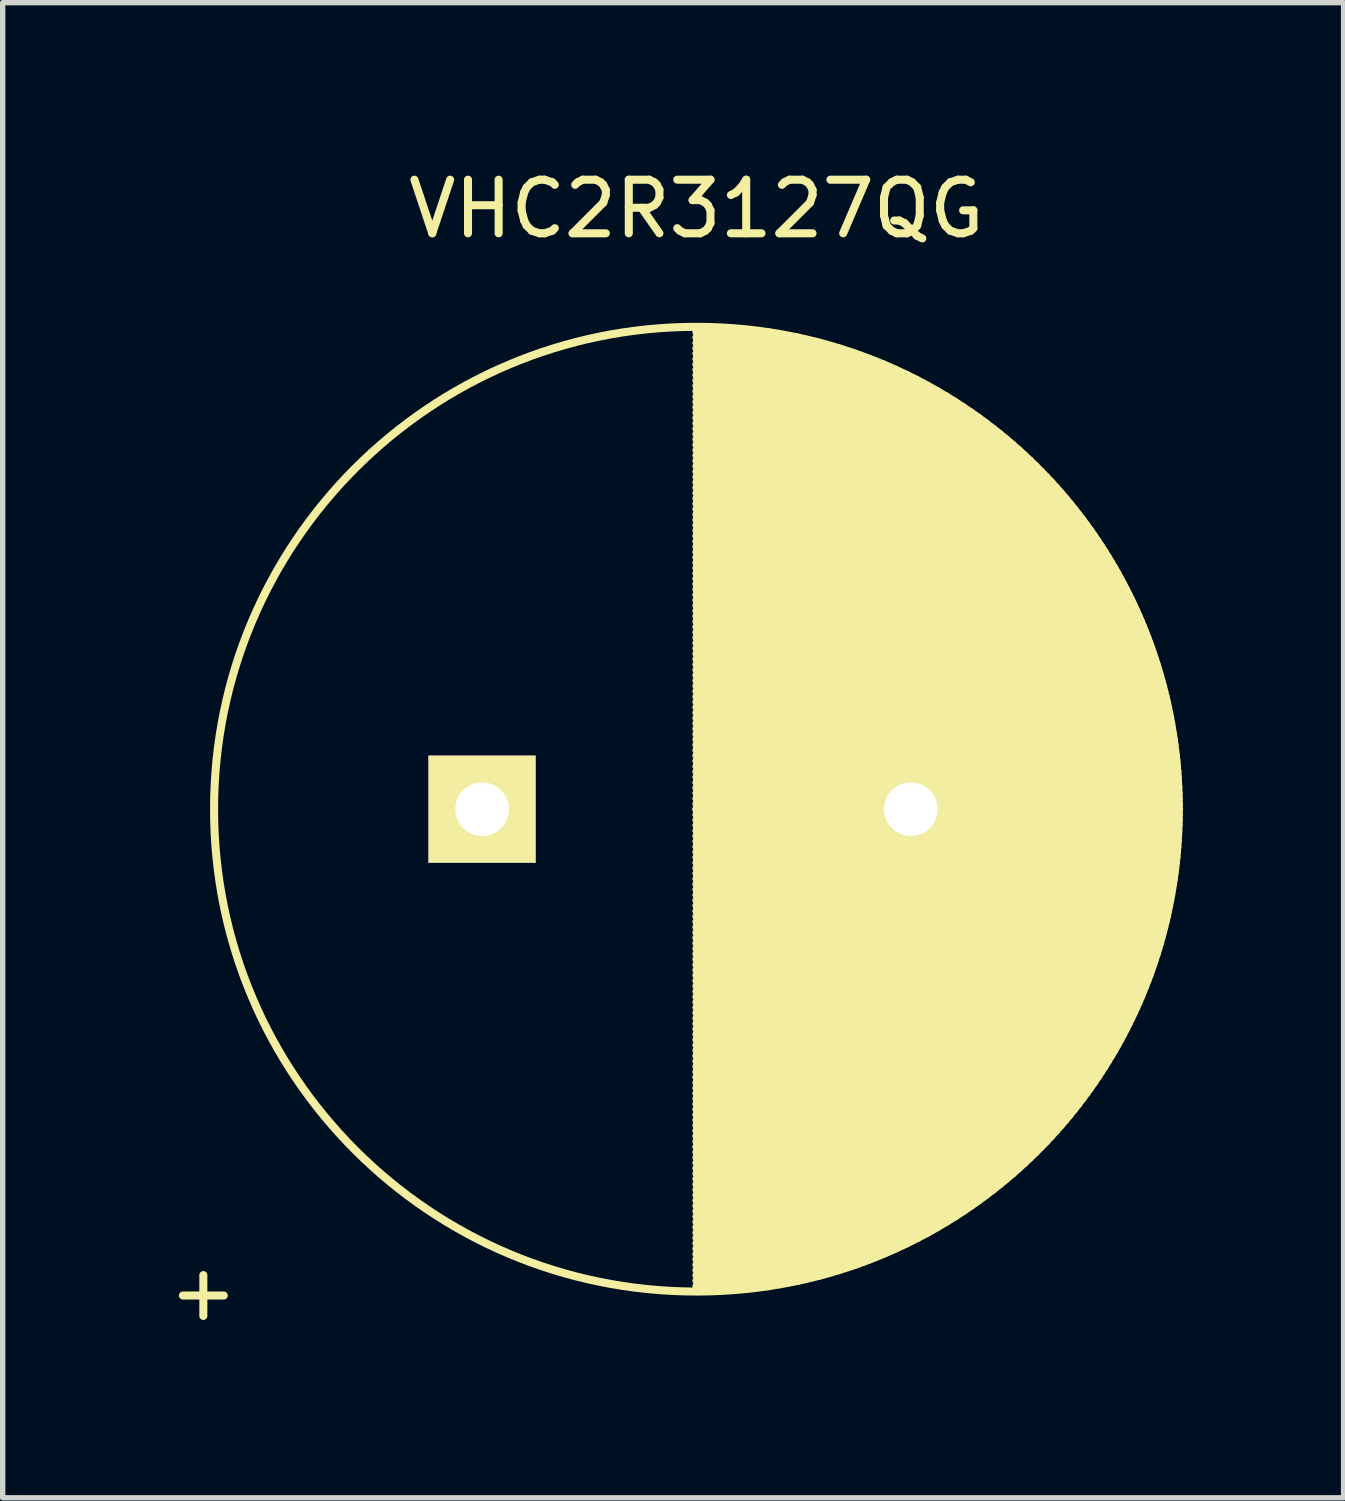
<source format=kicad_pcb>
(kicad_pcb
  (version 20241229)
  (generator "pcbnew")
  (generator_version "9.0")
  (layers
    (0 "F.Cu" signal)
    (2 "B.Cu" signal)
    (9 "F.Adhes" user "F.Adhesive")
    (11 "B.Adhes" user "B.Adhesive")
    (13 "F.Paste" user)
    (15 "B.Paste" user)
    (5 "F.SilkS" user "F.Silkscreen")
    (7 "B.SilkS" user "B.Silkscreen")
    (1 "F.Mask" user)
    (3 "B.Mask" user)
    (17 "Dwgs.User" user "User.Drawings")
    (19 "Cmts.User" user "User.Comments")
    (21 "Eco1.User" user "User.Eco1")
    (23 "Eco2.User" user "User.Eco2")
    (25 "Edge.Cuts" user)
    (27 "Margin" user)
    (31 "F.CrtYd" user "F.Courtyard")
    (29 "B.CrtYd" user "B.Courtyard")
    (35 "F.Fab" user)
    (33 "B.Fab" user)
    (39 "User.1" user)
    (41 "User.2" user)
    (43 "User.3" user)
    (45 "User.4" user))
  (footprint "VHC2R3127QG"
    (layer "F.Cu")
    (at 5.944 12.048)
    (property "Reference" "VHC2R3127QG" (at 4 -11.2 0) (layer "F.SilkS") (effects (font (size 1 1) (thickness 0.15))))
    (attr through_hole)
    (fp_line (start 4 -8.9) (end 5.338 -8.9) (stroke (width 0.15) (type solid)) (layer "F.SilkS"))
    (fp_line (start 4 -8.8) (end 5.887 -8.8) (stroke (width 0.15) (type solid)) (layer "F.SilkS"))
    (fp_line (start 4 -8.7) (end 6.304 -8.7) (stroke (width 0.15) (type solid)) (layer "F.SilkS"))
    (fp_line (start 4 -8.6) (end 6.653 -8.6) (stroke (width 0.15) (type solid)) (layer "F.SilkS"))
    (fp_line (start 4 -8.5) (end 6.958 -8.5) (stroke (width 0.15) (type solid)) (layer "F.SilkS"))
    (fp_line (start 4 -8.4) (end 7.231 -8.4) (stroke (width 0.15) (type solid)) (layer "F.SilkS"))
    (fp_line (start 4 -8.3) (end 7.48 -8.3) (stroke (width 0.15) (type solid)) (layer "F.SilkS"))
    (fp_line (start 4 -8.2) (end 7.709 -8.2) (stroke (width 0.15) (type solid)) (layer "F.SilkS"))
    (fp_line (start 4 -8.1) (end 7.923 -8.1) (stroke (width 0.15) (type solid)) (layer "F.SilkS"))
    (fp_line (start 4 -8) (end 8.123 -8) (stroke (width 0.15) (type solid)) (layer "F.SilkS"))
    (fp_line (start 4 -7.9) (end 8.312 -7.9) (stroke (width 0.15) (type solid)) (layer "F.SilkS"))
    (fp_line (start 4 -7.8) (end 8.49 -7.8) (stroke (width 0.15) (type solid)) (layer "F.SilkS"))
    (fp_line (start 4 -7.7) (end 8.659 -7.7) (stroke (width 0.15) (type solid)) (layer "F.SilkS"))
    (fp_line (start 4 -7.6) (end 8.821 -7.6) (stroke (width 0.15) (type solid)) (layer "F.SilkS"))
    (fp_line (start 4 -7.5) (end 8.975 -7.5) (stroke (width 0.15) (type solid)) (layer "F.SilkS"))
    (fp_line (start 4 -7.4) (end 9.122 -7.4) (stroke (width 0.15) (type solid)) (layer "F.SilkS"))
    (fp_line (start 4 -7.3) (end 9.264 -7.3) (stroke (width 0.15) (type solid)) (layer "F.SilkS"))
    (fp_line (start 4 -7.2) (end 9.4 -7.2) (stroke (width 0.15) (type solid)) (layer "F.SilkS"))
    (fp_line (start 4 -7.1) (end 9.531 -7.1) (stroke (width 0.15) (type solid)) (layer "F.SilkS"))
    (fp_line (start 4 -7) (end 9.657 -7) (stroke (width 0.15) (type solid)) (layer "F.SilkS"))
    (fp_line (start 4 -6.9) (end 9.778 -6.9) (stroke (width 0.15) (type solid)) (layer "F.SilkS"))
    (fp_line (start 4 -6.8) (end 9.896 -6.8) (stroke (width 0.15) (type solid)) (layer "F.SilkS"))
    (fp_line (start 4 -6.7) (end 10.009 -6.7) (stroke (width 0.15) (type solid)) (layer "F.SilkS"))
    (fp_line (start 4 -6.6) (end 10.119 -6.6) (stroke (width 0.15) (type solid)) (layer "F.SilkS"))
    (fp_line (start 4 -6.5) (end 10.225 -6.5) (stroke (width 0.15) (type solid)) (layer "F.SilkS"))
    (fp_line (start 4 -6.4) (end 10.328 -6.4) (stroke (width 0.15) (type solid)) (layer "F.SilkS"))
    (fp_line (start 4 -6.3) (end 10.427 -6.3) (stroke (width 0.15) (type solid)) (layer "F.SilkS"))
    (fp_line (start 4 -6.2) (end 10.524 -6.2) (stroke (width 0.15) (type solid)) (layer "F.SilkS"))
    (fp_line (start 4 -6.1) (end 10.617 -6.1) (stroke (width 0.15) (type solid)) (layer "F.SilkS"))
    (fp_line (start 4 -6) (end 10.708 -6) (stroke (width 0.15) (type solid)) (layer "F.SilkS"))
    (fp_line (start 4 -5.9) (end 10.796 -5.9) (stroke (width 0.15) (type solid)) (layer "F.SilkS"))
    (fp_line (start 4 -5.8) (end 10.882 -5.8) (stroke (width 0.15) (type solid)) (layer "F.SilkS"))
    (fp_line (start 4 -5.7) (end 10.965 -5.7) (stroke (width 0.15) (type solid)) (layer "F.SilkS"))
    (fp_line (start 4 -5.6) (end 11.046 -5.6) (stroke (width 0.15) (type solid)) (layer "F.SilkS"))
    (fp_line (start 4 -5.5) (end 11.124 -5.5) (stroke (width 0.15) (type solid)) (layer "F.SilkS"))
    (fp_line (start 4 -5.4) (end 11.2 -5.4) (stroke (width 0.15) (type solid)) (layer "F.SilkS"))
    (fp_line (start 4 -5.3) (end 11.274 -5.3) (stroke (width 0.15) (type solid)) (layer "F.SilkS"))
    (fp_line (start 4 -5.2) (end 11.346 -5.2) (stroke (width 0.15) (type solid)) (layer "F.SilkS"))
    (fp_line (start 4 -5.1) (end 11.416 -5.1) (stroke (width 0.15) (type solid)) (layer "F.SilkS"))
    (fp_line (start 4 -5) (end 11.483 -5) (stroke (width 0.15) (type solid)) (layer "F.SilkS"))
    (fp_line (start 4 -4.9) (end 11.549 -4.9) (stroke (width 0.15) (type solid)) (layer "F.SilkS"))
    (fp_line (start 4 -4.8) (end 11.613 -4.8) (stroke (width 0.15) (type solid)) (layer "F.SilkS"))
    (fp_line (start 4 -4.7) (end 11.675 -4.7) (stroke (width 0.15) (type solid)) (layer "F.SilkS"))
    (fp_line (start 4 -4.6) (end 11.736 -4.6) (stroke (width 0.15) (type solid)) (layer "F.SilkS"))
    (fp_line (start 4 -4.5) (end 11.794 -4.5) (stroke (width 0.15) (type solid)) (layer "F.SilkS"))
    (fp_line (start 4 -4.4) (end 11.851 -4.4) (stroke (width 0.15) (type solid)) (layer "F.SilkS"))
    (fp_line (start 4 -4.3) (end 11.906 -4.3) (stroke (width 0.15) (type solid)) (layer "F.SilkS"))
    (fp_line (start 4 -4.2) (end 11.96 -4.2) (stroke (width 0.15) (type solid)) (layer "F.SilkS"))
    (fp_line (start 4 -4.1) (end 12.012 -4.1) (stroke (width 0.15) (type solid)) (layer "F.SilkS"))
    (fp_line (start 4 -4) (end 12.062 -4) (stroke (width 0.15) (type solid)) (layer "F.SilkS"))
    (fp_line (start 4 -3.9) (end 12.111 -3.9) (stroke (width 0.15) (type solid)) (layer "F.SilkS"))
    (fp_line (start 4 -3.8) (end 12.158 -3.8) (stroke (width 0.15) (type solid)) (layer "F.SilkS"))
    (fp_line (start 4 -3.7) (end 12.204 -3.7) (stroke (width 0.15) (type solid)) (layer "F.SilkS"))
    (fp_line (start 4 -3.6) (end 12.249 -3.6) (stroke (width 0.15) (type solid)) (layer "F.SilkS"))
    (fp_line (start 4 -3.5) (end 12.292 -3.5) (stroke (width 0.15) (type solid)) (layer "F.SilkS"))
    (fp_line (start 4 -3.4) (end 12.333 -3.4) (stroke (width 0.15) (type solid)) (layer "F.SilkS"))
    (fp_line (start 4 -3.3) (end 12.373 -3.3) (stroke (width 0.15) (type solid)) (layer "F.SilkS"))
    (fp_line (start 4 -3.2) (end 12.412 -3.2) (stroke (width 0.15) (type solid)) (layer "F.SilkS"))
    (fp_line (start 4 -3.1) (end 12.449 -3.1) (stroke (width 0.15) (type solid)) (layer "F.SilkS"))
    (fp_line (start 4 -3) (end 12.485 -3) (stroke (width 0.15) (type solid)) (layer "F.SilkS"))
    (fp_line (start 4 -2.9) (end 12.52 -2.9) (stroke (width 0.15) (type solid)) (layer "F.SilkS"))
    (fp_line (start 4 -2.8) (end 12.553 -2.8) (stroke (width 0.15) (type solid)) (layer "F.SilkS"))
    (fp_line (start 4 -2.7) (end 12.585 -2.7) (stroke (width 0.15) (type solid)) (layer "F.SilkS"))
    (fp_line (start 4 -2.6) (end 12.616 -2.6) (stroke (width 0.15) (type solid)) (layer "F.SilkS"))
    (fp_line (start 4 -2.5) (end 12.646 -2.5) (stroke (width 0.15) (type solid)) (layer "F.SilkS"))
    (fp_line (start 4 -2.4) (end 12.674 -2.4) (stroke (width 0.15) (type solid)) (layer "F.SilkS"))
    (fp_line (start 4 -2.3) (end 12.701 -2.3) (stroke (width 0.15) (type solid)) (layer "F.SilkS"))
    (fp_line (start 4 -2.2) (end 12.727 -2.2) (stroke (width 0.15) (type solid)) (layer "F.SilkS"))
    (fp_line (start 4 -2.1) (end 12.752 -2.1) (stroke (width 0.15) (type solid)) (layer "F.SilkS"))
    (fp_line (start 4 -2) (end 12.775 -2) (stroke (width 0.15) (type solid)) (layer "F.SilkS"))
    (fp_line (start 4 -1.9) (end 12.797 -1.9) (stroke (width 0.15) (type solid)) (layer "F.SilkS"))
    (fp_line (start 4 -1.8) (end 12.818 -1.8) (stroke (width 0.15) (type solid)) (layer "F.SilkS"))
    (fp_line (start 4 -1.7) (end 12.838 -1.7) (stroke (width 0.15) (type solid)) (layer "F.SilkS"))
    (fp_line (start 4 -1.6) (end 12.857 -1.6) (stroke (width 0.15) (type solid)) (layer "F.SilkS"))
    (fp_line (start 4 -1.5) (end 12.874 -1.5) (stroke (width 0.15) (type solid)) (layer "F.SilkS"))
    (fp_line (start 4 -1.4) (end 12.89 -1.4) (stroke (width 0.15) (type solid)) (layer "F.SilkS"))
    (fp_line (start 4 -1.3) (end 12.906 -1.3) (stroke (width 0.15) (type solid)) (layer "F.SilkS"))
    (fp_line (start 4 -1.2) (end 12.92 -1.2) (stroke (width 0.15) (type solid)) (layer "F.SilkS"))
    (fp_line (start 4 -1.1) (end 12.933 -1.1) (stroke (width 0.15) (type solid)) (layer "F.SilkS"))
    (fp_line (start 4 -1) (end 12.944 -1) (stroke (width 0.15) (type solid)) (layer "F.SilkS"))
    (fp_line (start 4 -0.9) (end 12.955 -0.9) (stroke (width 0.15) (type solid)) (layer "F.SilkS"))
    (fp_line (start 4 -0.8) (end 12.964 -0.8) (stroke (width 0.15) (type solid)) (layer "F.SilkS"))
    (fp_line (start 4 -0.7) (end 12.973 -0.7) (stroke (width 0.15) (type solid)) (layer "F.SilkS"))
    (fp_line (start 4 -0.6) (end 12.98 -0.6) (stroke (width 0.15) (type solid)) (layer "F.SilkS"))
    (fp_line (start 4 -0.5) (end 12.986 -0.5) (stroke (width 0.15) (type solid)) (layer "F.SilkS"))
    (fp_line (start 4 -0.4) (end 12.991 -0.4) (stroke (width 0.15) (type solid)) (layer "F.SilkS"))
    (fp_line (start 4 -0.3) (end 12.995 -0.3) (stroke (width 0.15) (type solid)) (layer "F.SilkS"))
    (fp_line (start 4 -0.2) (end 12.998 -0.2) (stroke (width 0.15) (type solid)) (layer "F.SilkS"))
    (fp_line (start 4 -0.1) (end 12.999 -0.1) (stroke (width 0.15) (type solid)) (layer "F.SilkS"))
    (fp_line (start 4 0) (end 13 0) (stroke (width 0.15) (type solid)) (layer "F.SilkS"))
    (fp_line (start 4 0) (end 13 0) (stroke (width 0.15) (type solid)) (layer "F.SilkS"))
    (fp_line (start 4 0.1) (end 12.999 0.1) (stroke (width 0.15) (type solid)) (layer "F.SilkS"))
    (fp_line (start 4 0.2) (end 12.998 0.2) (stroke (width 0.15) (type solid)) (layer "F.SilkS"))
    (fp_line (start 4 0.3) (end 12.995 0.3) (stroke (width 0.15) (type solid)) (layer "F.SilkS"))
    (fp_line (start 4 0.4) (end 12.991 0.4) (stroke (width 0.15) (type solid)) (layer "F.SilkS"))
    (fp_line (start 4 0.5) (end 12.986 0.5) (stroke (width 0.15) (type solid)) (layer "F.SilkS"))
    (fp_line (start 4 0.6) (end 12.98 0.6) (stroke (width 0.15) (type solid)) (layer "F.SilkS"))
    (fp_line (start 4 0.7) (end 12.973 0.7) (stroke (width 0.15) (type solid)) (layer "F.SilkS"))
    (fp_line (start 4 0.8) (end 12.964 0.8) (stroke (width 0.15) (type solid)) (layer "F.SilkS"))
    (fp_line (start 4 0.9) (end 12.955 0.9) (stroke (width 0.15) (type solid)) (layer "F.SilkS"))
    (fp_line (start 4 1) (end 12.944 1) (stroke (width 0.15) (type solid)) (layer "F.SilkS"))
    (fp_line (start 4 1.1) (end 12.933 1.1) (stroke (width 0.15) (type solid)) (layer "F.SilkS"))
    (fp_line (start 4 1.2) (end 12.92 1.2) (stroke (width 0.15) (type solid)) (layer "F.SilkS"))
    (fp_line (start 4 1.3) (end 12.906 1.3) (stroke (width 0.15) (type solid)) (layer "F.SilkS"))
    (fp_line (start 4 1.4) (end 12.89 1.4) (stroke (width 0.15) (type solid)) (layer "F.SilkS"))
    (fp_line (start 4 1.5) (end 12.874 1.5) (stroke (width 0.15) (type solid)) (layer "F.SilkS"))
    (fp_line (start 4 1.6) (end 12.857 1.6) (stroke (width 0.15) (type solid)) (layer "F.SilkS"))
    (fp_line (start 4 1.7) (end 12.838 1.7) (stroke (width 0.15) (type solid)) (layer "F.SilkS"))
    (fp_line (start 4 1.8) (end 12.818 1.8) (stroke (width 0.15) (type solid)) (layer "F.SilkS"))
    (fp_line (start 4 1.9) (end 12.797 1.9) (stroke (width 0.15) (type solid)) (layer "F.SilkS"))
    (fp_line (start 4 2) (end 12.775 2) (stroke (width 0.15) (type solid)) (layer "F.SilkS"))
    (fp_line (start 4 2.1) (end 12.752 2.1) (stroke (width 0.15) (type solid)) (layer "F.SilkS"))
    (fp_line (start 4 2.2) (end 12.727 2.2) (stroke (width 0.15) (type solid)) (layer "F.SilkS"))
    (fp_line (start 4 2.3) (end 12.701 2.3) (stroke (width 0.15) (type solid)) (layer "F.SilkS"))
    (fp_line (start 4 2.4) (end 12.674 2.4) (stroke (width 0.15) (type solid)) (layer "F.SilkS"))
    (fp_line (start 4 2.5) (end 12.646 2.5) (stroke (width 0.15) (type solid)) (layer "F.SilkS"))
    (fp_line (start 4 2.6) (end 12.616 2.6) (stroke (width 0.15) (type solid)) (layer "F.SilkS"))
    (fp_line (start 4 2.7) (end 12.585 2.7) (stroke (width 0.15) (type solid)) (layer "F.SilkS"))
    (fp_line (start 4 2.8) (end 12.553 2.8) (stroke (width 0.15) (type solid)) (layer "F.SilkS"))
    (fp_line (start 4 2.9) (end 12.52 2.9) (stroke (width 0.15) (type solid)) (layer "F.SilkS"))
    (fp_line (start 4 3) (end 12.485 3) (stroke (width 0.15) (type solid)) (layer "F.SilkS"))
    (fp_line (start 4 3.1) (end 12.449 3.1) (stroke (width 0.15) (type solid)) (layer "F.SilkS"))
    (fp_line (start 4 3.2) (end 12.412 3.2) (stroke (width 0.15) (type solid)) (layer "F.SilkS"))
    (fp_line (start 4 3.3) (end 12.373 3.3) (stroke (width 0.15) (type solid)) (layer "F.SilkS"))
    (fp_line (start 4 3.4) (end 12.333 3.4) (stroke (width 0.15) (type solid)) (layer "F.SilkS"))
    (fp_line (start 4 3.5) (end 12.292 3.5) (stroke (width 0.15) (type solid)) (layer "F.SilkS"))
    (fp_line (start 4 3.6) (end 12.249 3.6) (stroke (width 0.15) (type solid)) (layer "F.SilkS"))
    (fp_line (start 4 3.7) (end 12.204 3.7) (stroke (width 0.15) (type solid)) (layer "F.SilkS"))
    (fp_line (start 4 3.8) (end 12.158 3.8) (stroke (width 0.15) (type solid)) (layer "F.SilkS"))
    (fp_line (start 4 3.9) (end 12.111 3.9) (stroke (width 0.15) (type solid)) (layer "F.SilkS"))
    (fp_line (start 4 4) (end 12.062 4) (stroke (width 0.15) (type solid)) (layer "F.SilkS"))
    (fp_line (start 4 4.1) (end 12.012 4.1) (stroke (width 0.15) (type solid)) (layer "F.SilkS"))
    (fp_line (start 4 4.2) (end 11.96 4.2) (stroke (width 0.15) (type solid)) (layer "F.SilkS"))
    (fp_line (start 4 4.3) (end 11.906 4.3) (stroke (width 0.15) (type solid)) (layer "F.SilkS"))
    (fp_line (start 4 4.4) (end 11.851 4.4) (stroke (width 0.15) (type solid)) (layer "F.SilkS"))
    (fp_line (start 4 4.5) (end 11.794 4.5) (stroke (width 0.15) (type solid)) (layer "F.SilkS"))
    (fp_line (start 4 4.6) (end 11.736 4.6) (stroke (width 0.15) (type solid)) (layer "F.SilkS"))
    (fp_line (start 4 4.7) (end 11.675 4.7) (stroke (width 0.15) (type solid)) (layer "F.SilkS"))
    (fp_line (start 4 4.8) (end 11.613 4.8) (stroke (width 0.15) (type solid)) (layer "F.SilkS"))
    (fp_line (start 4 4.9) (end 11.549 4.9) (stroke (width 0.15) (type solid)) (layer "F.SilkS"))
    (fp_line (start 4 5) (end 11.483 5) (stroke (width 0.15) (type solid)) (layer "F.SilkS"))
    (fp_line (start 4 5.1) (end 11.416 5.1) (stroke (width 0.15) (type solid)) (layer "F.SilkS"))
    (fp_line (start 4 5.2) (end 11.346 5.2) (stroke (width 0.15) (type solid)) (layer "F.SilkS"))
    (fp_line (start 4 5.3) (end 11.274 5.3) (stroke (width 0.15) (type solid)) (layer "F.SilkS"))
    (fp_line (start 4 5.4) (end 11.2 5.4) (stroke (width 0.15) (type solid)) (layer "F.SilkS"))
    (fp_line (start 4 5.5) (end 11.124 5.5) (stroke (width 0.15) (type solid)) (layer "F.SilkS"))
    (fp_line (start 4 5.6) (end 11.046 5.6) (stroke (width 0.15) (type solid)) (layer "F.SilkS"))
    (fp_line (start 4 5.7) (end 10.965 5.7) (stroke (width 0.15) (type solid)) (layer "F.SilkS"))
    (fp_line (start 4 5.8) (end 10.882 5.8) (stroke (width 0.15) (type solid)) (layer "F.SilkS"))
    (fp_line (start 4 5.9) (end 10.796 5.9) (stroke (width 0.15) (type solid)) (layer "F.SilkS"))
    (fp_line (start 4 6) (end 10.708 6) (stroke (width 0.15) (type solid)) (layer "F.SilkS"))
    (fp_line (start 4 6.1) (end 10.617 6.1) (stroke (width 0.15) (type solid)) (layer "F.SilkS"))
    (fp_line (start 4 6.2) (end 10.524 6.2) (stroke (width 0.15) (type solid)) (layer "F.SilkS"))
    (fp_line (start 4 6.3) (end 10.427 6.3) (stroke (width 0.15) (type solid)) (layer "F.SilkS"))
    (fp_line (start 4 6.4) (end 10.328 6.4) (stroke (width 0.15) (type solid)) (layer "F.SilkS"))
    (fp_line (start 4 6.5) (end 10.225 6.5) (stroke (width 0.15) (type solid)) (layer "F.SilkS"))
    (fp_line (start 4 6.6) (end 10.119 6.6) (stroke (width 0.15) (type solid)) (layer "F.SilkS"))
    (fp_line (start 4 6.7) (end 10.009 6.7) (stroke (width 0.15) (type solid)) (layer "F.SilkS"))
    (fp_line (start 4 6.8) (end 9.896 6.8) (stroke (width 0.15) (type solid)) (layer "F.SilkS"))
    (fp_line (start 4 6.9) (end 9.778 6.9) (stroke (width 0.15) (type solid)) (layer "F.SilkS"))
    (fp_line (start 4 7) (end 9.657 7) (stroke (width 0.15) (type solid)) (layer "F.SilkS"))
    (fp_line (start 4 7.1) (end 9.531 7.1) (stroke (width 0.15) (type solid)) (layer "F.SilkS"))
    (fp_line (start 4 7.2) (end 9.4 7.2) (stroke (width 0.15) (type solid)) (layer "F.SilkS"))
    (fp_line (start 4 7.3) (end 9.264 7.3) (stroke (width 0.15) (type solid)) (layer "F.SilkS"))
    (fp_line (start 4 7.4) (end 9.122 7.4) (stroke (width 0.15) (type solid)) (layer "F.SilkS"))
    (fp_line (start 4 7.5) (end 8.975 7.5) (stroke (width 0.15) (type solid)) (layer "F.SilkS"))
    (fp_line (start 4 7.6) (end 8.821 7.6) (stroke (width 0.15) (type solid)) (layer "F.SilkS"))
    (fp_line (start 4 7.7) (end 8.659 7.7) (stroke (width 0.15) (type solid)) (layer "F.SilkS"))
    (fp_line (start 4 7.8) (end 8.49 7.8) (stroke (width 0.15) (type solid)) (layer "F.SilkS"))
    (fp_line (start 4 7.9) (end 8.312 7.9) (stroke (width 0.15) (type solid)) (layer "F.SilkS"))
    (fp_line (start 4 8) (end 8.123 8) (stroke (width 0.15) (type solid)) (layer "F.SilkS"))
    (fp_line (start 4 8.1) (end 7.923 8.1) (stroke (width 0.15) (type solid)) (layer "F.SilkS"))
    (fp_line (start 4 8.2) (end 7.709 8.2) (stroke (width 0.15) (type solid)) (layer "F.SilkS"))
    (fp_line (start 4 8.3) (end 7.48 8.3) (stroke (width 0.15) (type solid)) (layer "F.SilkS"))
    (fp_line (start 4 8.4) (end 7.231 8.4) (stroke (width 0.15) (type solid)) (layer "F.SilkS"))
    (fp_line (start 4 8.5) (end 6.958 8.5) (stroke (width 0.15) (type solid)) (layer "F.SilkS"))
    (fp_line (start 4 8.6) (end 6.653 8.6) (stroke (width 0.15) (type solid)) (layer "F.SilkS"))
    (fp_line (start 4 8.7) (end 6.304 8.7) (stroke (width 0.15) (type solid)) (layer "F.SilkS"))
    (fp_line (start 4 8.8) (end 5.887 8.8) (stroke (width 0.15) (type solid)) (layer "F.SilkS"))
    (fp_line (start 4 8.9) (end 5.338 8.9) (stroke (width 0.15) (type solid)) (layer "F.SilkS"))
    (fp_circle (center 4 0) (end 4 -9) (stroke (width 0.15) (type solid)) (fill no) (layer "F.SilkS"))
    (fp_text user "+" (at -5.2 9 0) (layer "F.SilkS") (effects (font (size 1 1) (thickness 0.15))))
    (pad "1" thru_hole rect (at 0 0) (size 2 2) (drill 1) (layers "*.Cu" "*.Mask" "F.SilkS"))
    (pad "2" thru_hole circle (at 8 0) (size 2 2) (drill 1) (layers "*.Cu" "*.Mask" "F.SilkS")))
  (gr_rect
    (start -3 -3)
    (end 22.019 24.896)
    (stroke (width 0.1) (type default))
    (fill no)
    (layer "Edge.Cuts")))
</source>
